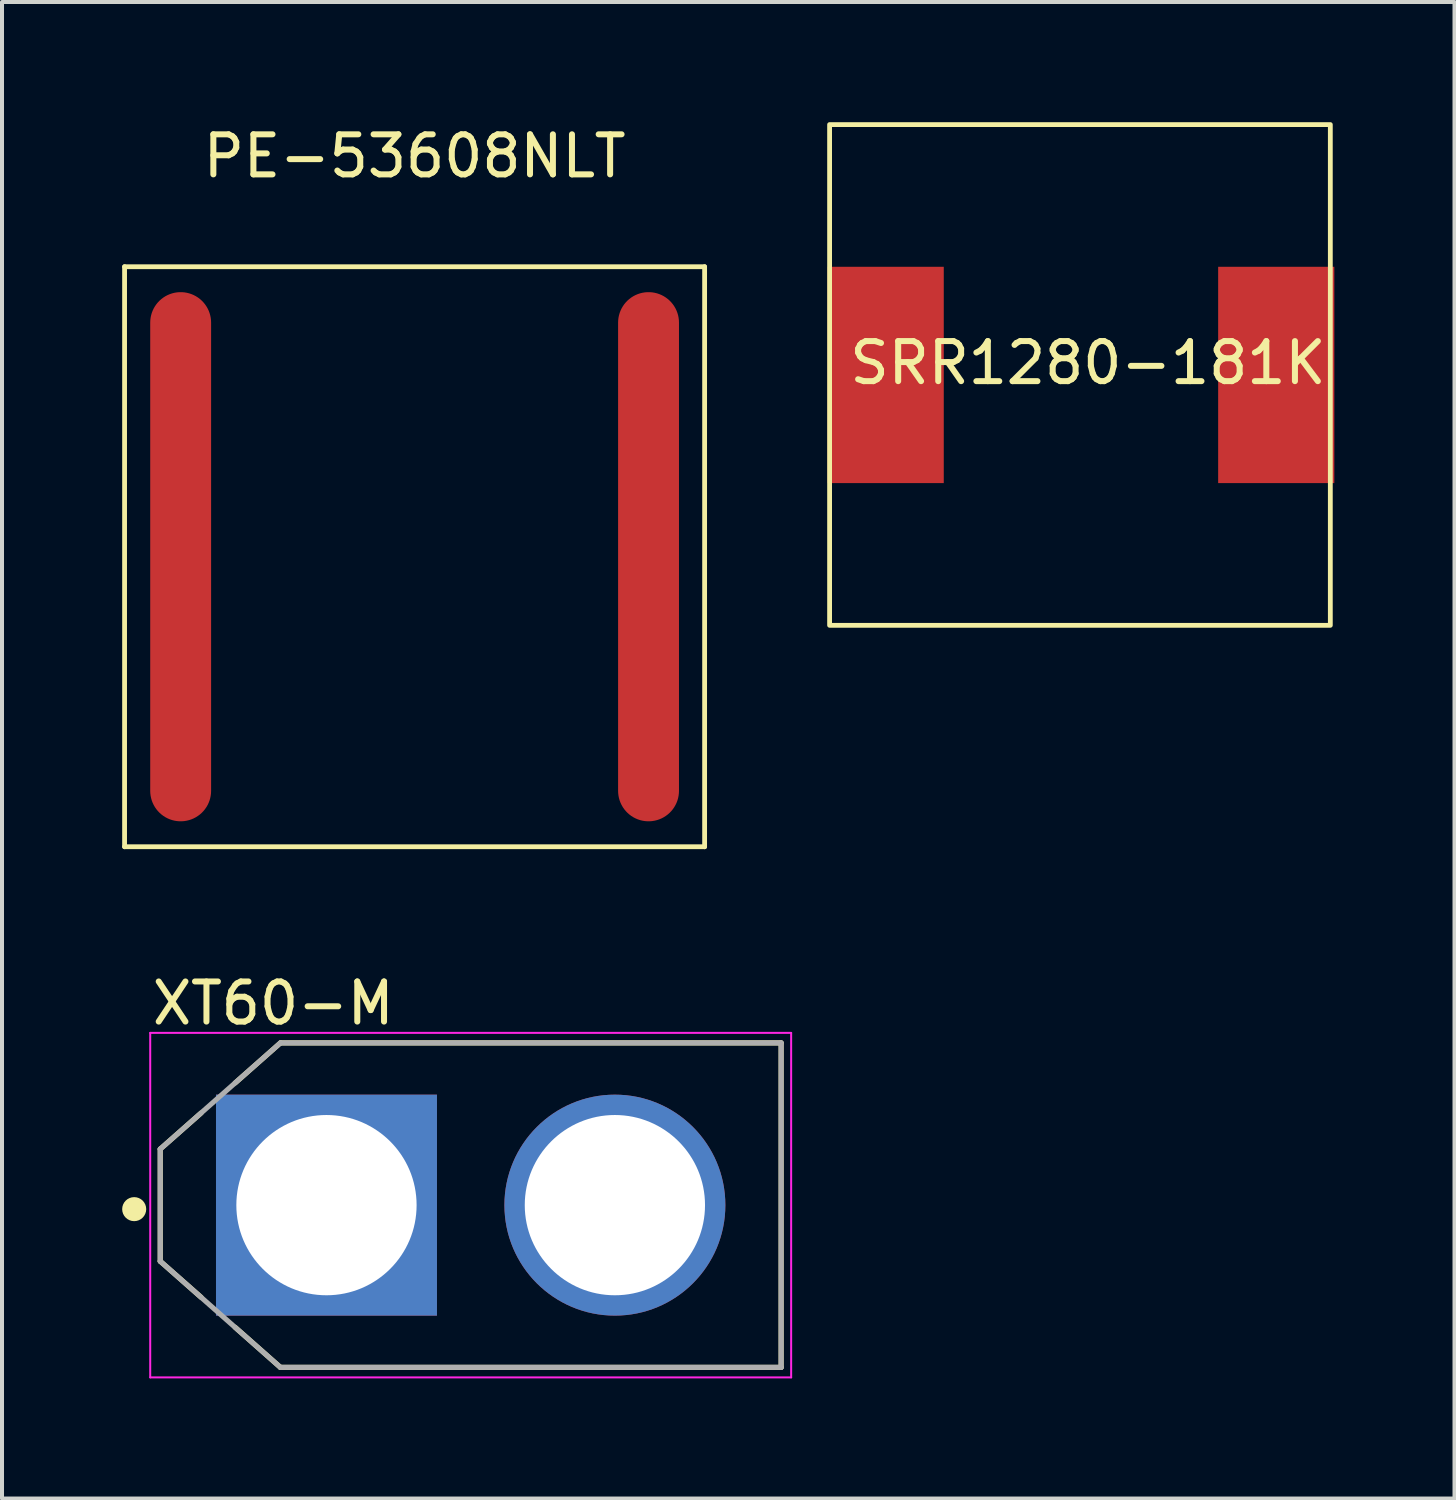
<source format=kicad_pcb>
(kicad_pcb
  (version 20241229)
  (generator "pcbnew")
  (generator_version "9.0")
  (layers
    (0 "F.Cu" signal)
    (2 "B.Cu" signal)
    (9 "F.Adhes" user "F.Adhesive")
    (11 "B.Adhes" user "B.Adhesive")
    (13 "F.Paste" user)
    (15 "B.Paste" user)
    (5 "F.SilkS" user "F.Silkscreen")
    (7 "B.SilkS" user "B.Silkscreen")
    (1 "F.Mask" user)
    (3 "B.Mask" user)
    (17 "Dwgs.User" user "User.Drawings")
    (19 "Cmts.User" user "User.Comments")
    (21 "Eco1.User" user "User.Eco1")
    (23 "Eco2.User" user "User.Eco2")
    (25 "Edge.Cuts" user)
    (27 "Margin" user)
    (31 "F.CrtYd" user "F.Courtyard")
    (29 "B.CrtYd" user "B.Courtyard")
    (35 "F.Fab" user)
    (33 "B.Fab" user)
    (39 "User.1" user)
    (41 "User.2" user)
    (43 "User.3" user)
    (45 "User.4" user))
  (footprint "SRR1280-181K"
    (layer "F.Cu")
    (at 23.91 6.31)
    (property "Reference" "SRR1280-181K" (at 0.2 -0.3 0) (unlocked yes) (layer "F.SilkS") (effects (font (size 1 1) (thickness 0.15))))
    (attr smd)
    (fp_rect (start -6.25 -6.25) (end 6.25 6.25) (stroke (width 0.12) (type solid)) (fill no) (layer "F.SilkS"))
    (pad "1" smd rect (at -4.85 0) (size 2.9 5.4) (layers "F.Cu" "F.Mask" "F.Paste"))
    (pad "2" smd rect (at 4.9 0) (size 2.9 5.4) (layers "F.Cu" "F.Mask" "F.Paste")))
  (footprint "XT60-M"
    (layer "F.Cu")
    (at 8.7 27.035)
    (property "Reference" "XT60-M" (at -4.928 -5.038 0) (layer "F.SilkS") (effects (font (size 1.001 1.001) (thickness 0.15))))
    (attr through_hole)
    (fp_line (start -7.75 -1.4) (end -6.73 -2.3) (stroke (width 0.127) (type solid)) (layer "F.SilkS"))
    (fp_line (start -7.75 1.4) (end -7.75 -1.4) (stroke (width 0.127) (type solid)) (layer "F.SilkS"))
    (fp_line (start -7.75 1.4) (end -6.73 2.3) (stroke (width 0.127) (type solid)) (layer "F.SilkS"))
    (fp_line (start -4.75 -4.05) (end -5.88 -3.05) (stroke (width 0.127) (type solid)) (layer "F.SilkS"))
    (fp_line (start -4.75 -4.05) (end 7.75 -4.05) (stroke (width 0.127) (type solid)) (layer "F.SilkS"))
    (fp_line (start -4.75 4.05) (end -5.88 3.05) (stroke (width 0.127) (type solid)) (layer "F.SilkS"))
    (fp_line (start 7.75 -4.05) (end 7.75 4.05) (stroke (width 0.127) (type solid)) (layer "F.SilkS"))
    (fp_line (start 7.75 4.05) (end -4.75 4.05) (stroke (width 0.127) (type solid)) (layer "F.SilkS"))
    (fp_circle (center -8.4 0.1) (end -8.25 0.1) (stroke (width 0.3) (type solid)) (fill no) (layer "F.SilkS"))
    (fp_line (start -8 -4.3) (end 8 -4.3) (stroke (width 0.05) (type solid)) (layer "F.CrtYd"))
    (fp_line (start -8 4.3) (end -8 -4.3) (stroke (width 0.05) (type solid)) (layer "F.CrtYd"))
    (fp_line (start 8 -4.3) (end 8 4.3) (stroke (width 0.05) (type solid)) (layer "F.CrtYd"))
    (fp_line (start 8 4.3) (end -8 4.3) (stroke (width 0.05) (type solid)) (layer "F.CrtYd"))
    (fp_line (start -7.75 1.4) (end -7.75 -1.4) (stroke (width 0.127) (type solid)) (layer "F.Fab"))
    (fp_line (start -4.75 -4.05) (end -7.75 -1.4) (stroke (width 0.127) (type solid)) (layer "F.Fab"))
    (fp_line (start -4.75 -4.05) (end 7.75 -4.05) (stroke (width 0.127) (type solid)) (layer "F.Fab"))
    (fp_line (start -4.75 4.05) (end -7.75 1.4) (stroke (width 0.127) (type solid)) (layer "F.Fab"))
    (fp_line (start 7.75 -4.05) (end 7.75 4.05) (stroke (width 0.127) (type solid)) (layer "F.Fab"))
    (fp_line (start 7.75 4.05) (end -4.75 4.05) (stroke (width 0.127) (type solid)) (layer "F.Fab"))
    (pad "1" thru_hole rect (at -3.6 0) (size 5.516 5.516) (drill 4.5) (layers "*.Cu" "*.Mask"))
    (pad "2" thru_hole circle (at 3.6 0) (size 5.516 5.516) (drill 4.5) (layers "*.Cu" "*.Mask")))
  (footprint "PE-53608NLT"
    (layer "F.Cu")
    (at 7.3 10.848)
    (property "Reference" "PE-53608NLT" (at 0 -10 0) (unlocked yes) (layer "F.SilkS") (effects (font (size 1 1) (thickness 0.15))))
    (attr smd)
    (fp_line (start -7.24 -7.24) (end -7.24 7.24) (stroke (width 0.12) (type solid)) (layer "F.SilkS"))
    (fp_line (start 7.24 -7.24) (end -7.24 -7.24) (stroke (width 0.12) (type solid)) (layer "F.SilkS"))
    (fp_line (start 7.24 7.24) (end -7.24 7.24) (stroke (width 0.12) (type solid)) (layer "F.SilkS"))
    (fp_line (start 7.24 7.24) (end 7.24 -7.24) (stroke (width 0.12) (type solid)) (layer "F.SilkS"))
    (pad "1" smd oval (at -5.84 0) (size 1.52 13.21) (layers "F.Cu" "F.Mask" "F.Paste"))
    (pad "2" smd oval (at 5.84 0) (size 1.52 13.21) (layers "F.Cu" "F.Mask" "F.Paste")))
  (gr_rect
    (start -3 -3)
    (end 33.26 34.36)
    (stroke (width 0.1) (type default))
    (fill no)
    (layer "Edge.Cuts")))
</source>
